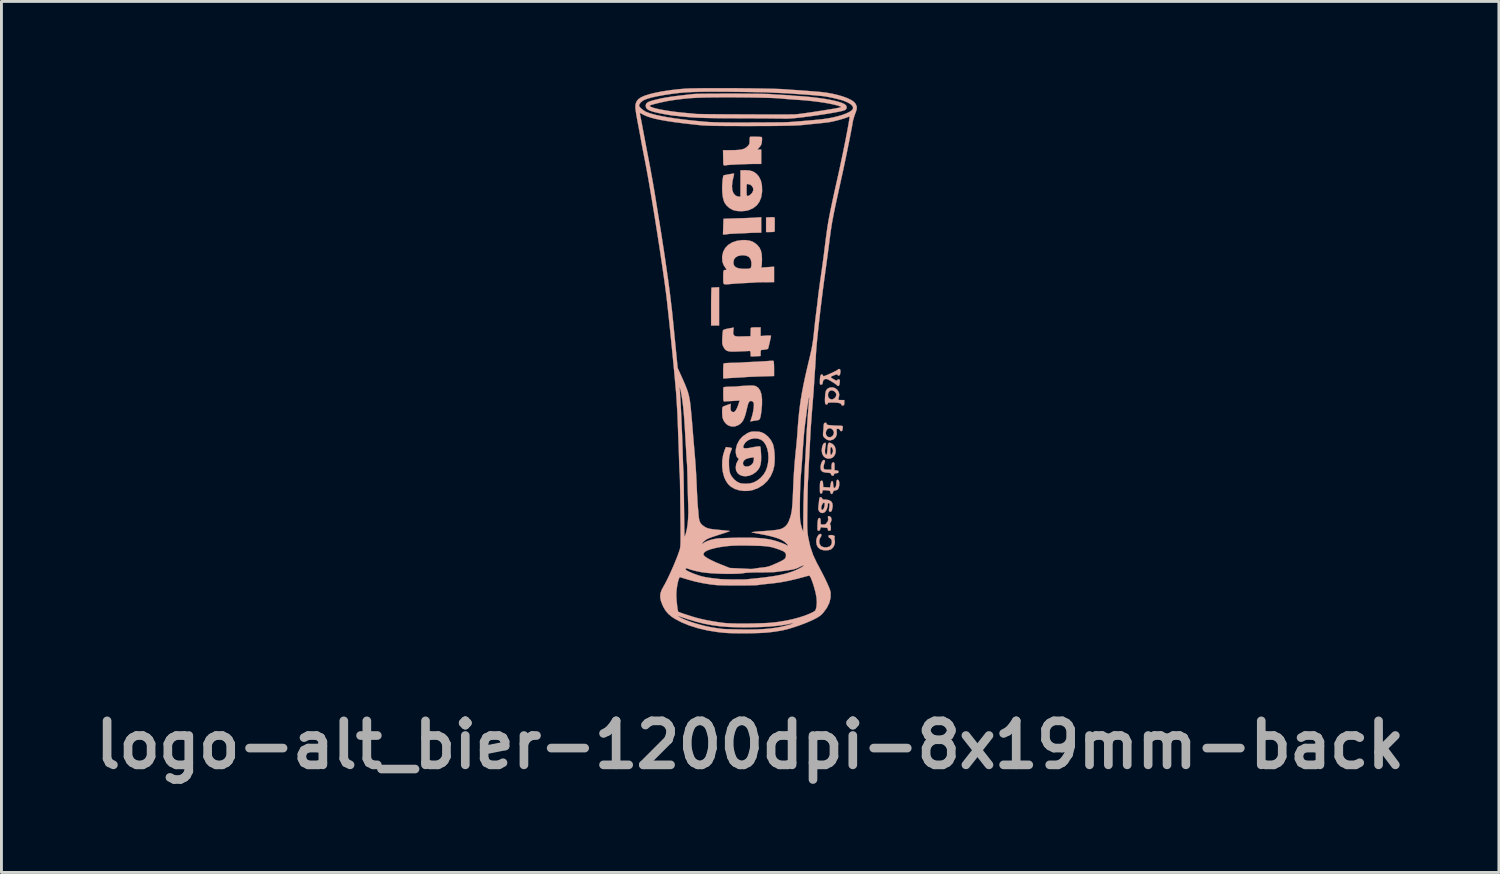
<source format=kicad_pcb>
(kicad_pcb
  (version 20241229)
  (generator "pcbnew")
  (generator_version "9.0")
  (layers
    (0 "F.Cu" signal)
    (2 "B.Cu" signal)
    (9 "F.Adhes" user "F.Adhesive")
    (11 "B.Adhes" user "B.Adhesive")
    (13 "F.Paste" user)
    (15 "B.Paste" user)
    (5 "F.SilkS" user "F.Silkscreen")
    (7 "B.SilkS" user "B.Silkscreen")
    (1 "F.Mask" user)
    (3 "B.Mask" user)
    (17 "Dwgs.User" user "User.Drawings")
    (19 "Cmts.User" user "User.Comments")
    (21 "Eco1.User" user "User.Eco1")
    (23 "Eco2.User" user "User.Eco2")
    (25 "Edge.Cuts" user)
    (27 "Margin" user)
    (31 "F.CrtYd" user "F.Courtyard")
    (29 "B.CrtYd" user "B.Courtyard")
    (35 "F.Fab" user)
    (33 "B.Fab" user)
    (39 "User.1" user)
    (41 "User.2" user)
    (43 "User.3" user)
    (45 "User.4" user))
  (footprint "logo-alt_bier-1200dpi-8x19mm-back"
    (layer "F.Cu")
    (at 22.94 9.384)
    (property "Reference" "logo-alt_bier-1200dpi-8x19mm-back" (at 0 13.375 0) (layer "F.Fab") (effects (font (size 1.524 1.524) (thickness 0.3))))
    (attr through_hole)
    (fp_poly (pts (xy -1.199 -2.478) (xy -1.268 -2.474) (xy -1.319 -2.472) (xy -1.337 -2.47) (xy -1.341 -2.45) (xy -1.344 -2.392) (xy -1.347 -2.302) (xy -1.35 -2.185) (xy -1.352 -2.046) (xy -1.353 -1.89) (xy -1.353 -1.813) (xy -1.353 -1.157) (xy -1.077 -1.157) (xy -1.077 -2.483) (xy -1.199 -2.478)) (stroke (width 0.01) (type solid)) (fill yes) (layer "B.SilkS"))
    (fp_poly (pts (xy 0.701 -4.907) (xy 0.552 -4.9) (xy 0.552 -4.395) (xy 0.701 -4.395) (xy 0.787 -4.398) (xy 0.835 -4.407) (xy 0.849 -4.421) (xy 0.85 -4.464) (xy 0.85 -4.534) (xy 0.851 -4.619) (xy 0.851 -4.708) (xy 0.851 -4.789) (xy 0.851 -4.851) (xy 0.85 -4.882) (xy 0.842 -4.899) (xy 0.813 -4.907) (xy 0.755 -4.909) (xy 0.701 -4.907)) (stroke (width 0.01) (type solid)) (fill yes) (layer "B.SilkS"))
    (fp_poly (pts (xy 0.187 -4.895) (xy 0.105 -4.89) (xy -0.01 -4.885) (xy -0.147 -4.879) (xy -0.295 -4.874) (xy -0.445 -4.869) (xy -0.464 -4.869) (xy -0.598 -4.865) (xy -0.716 -4.861) (xy -0.813 -4.858) (xy -0.883 -4.855) (xy -0.918 -4.853) (xy -0.922 -4.853) (xy -0.923 -4.832) (xy -0.926 -4.777) (xy -0.929 -4.695) (xy -0.933 -4.596) (xy -0.933 -4.58) (xy -0.942 -4.31) (xy -0.876 -4.31) (xy -0.826 -4.313) (xy -0.8 -4.32) (xy -0.8 -4.32) (xy -0.776 -4.324) (xy -0.718 -4.33) (xy -0.633 -4.335) (xy -0.528 -4.341) (xy -0.473 -4.343) (xy -0.352 -4.348) (xy -0.236 -4.353) (xy -0.137 -4.358) (xy -0.066 -4.362) (xy -0.051 -4.363) (xy 0.025 -4.367) (xy 0.122 -4.371) (xy 0.219 -4.372) (xy 0.383 -4.374) (xy 0.383 -4.909) (xy 0.187 -4.895)) (stroke (width 0.01) (type solid)) (fill yes) (layer "B.SilkS"))
    (fp_poly (pts (xy 2.421 6.065) (xy 2.373 6.094) (xy 2.331 6.153) (xy 2.3 6.231) (xy 2.288 6.315) (xy 2.288 6.32) (xy 2.304 6.44) (xy 2.35 6.531) (xy 2.428 6.594) (xy 2.535 6.627) (xy 2.616 6.633) (xy 2.724 6.624) (xy 2.804 6.596) (xy 2.809 6.592) (xy 2.873 6.532) (xy 2.917 6.449) (xy 2.937 6.357) (xy 2.929 6.285) (xy 2.919 6.229) (xy 2.923 6.189) (xy 2.924 6.186) (xy 2.93 6.148) (xy 2.899 6.12) (xy 2.837 6.105) (xy 2.804 6.104) (xy 2.746 6.107) (xy 2.718 6.119) (xy 2.711 6.145) (xy 2.711 6.147) (xy 2.73 6.189) (xy 2.762 6.209) (xy 2.807 6.246) (xy 2.829 6.305) (xy 2.829 6.375) (xy 2.807 6.441) (xy 2.764 6.492) (xy 2.747 6.502) (xy 2.656 6.53) (xy 2.562 6.529) (xy 2.48 6.501) (xy 2.446 6.475) (xy 2.405 6.407) (xy 2.392 6.322) (xy 2.407 6.237) (xy 2.438 6.18) (xy 2.466 6.129) (xy 2.467 6.087) (xy 2.443 6.065) (xy 2.421 6.065)) (stroke (width 0.01) (type solid)) (fill yes) (layer "B.SilkS"))
    (fp_poly (pts (xy 2.515 3.524) (xy 2.481 3.574) (xy 2.455 3.643) (xy 2.44 3.725) (xy 2.438 3.757) (xy 2.447 3.837) (xy 2.482 3.891) (xy 2.548 3.925) (xy 2.65 3.94) (xy 2.654 3.941) (xy 2.73 3.947) (xy 2.773 3.956) (xy 2.794 3.973) (xy 2.8 3.995) (xy 2.819 4.031) (xy 2.852 4.048) (xy 2.885 4.044) (xy 2.902 4.016) (xy 2.902 4.011) (xy 2.911 3.981) (xy 2.945 3.966) (xy 2.981 3.962) (xy 3.035 3.952) (xy 3.058 3.932) (xy 3.061 3.913) (xy 3.05 3.881) (xy 3.01 3.866) (xy 2.992 3.864) (xy 2.923 3.857) (xy 2.923 3.721) (xy 2.922 3.647) (xy 2.915 3.606) (xy 2.902 3.588) (xy 2.883 3.585) (xy 2.848 3.596) (xy 2.827 3.634) (xy 2.818 3.704) (xy 2.817 3.745) (xy 2.817 3.839) (xy 2.713 3.839) (xy 2.645 3.836) (xy 2.591 3.83) (xy 2.575 3.826) (xy 2.549 3.795) (xy 2.543 3.737) (xy 2.557 3.661) (xy 2.574 3.612) (xy 2.593 3.55) (xy 2.586 3.515) (xy 2.584 3.513) (xy 2.55 3.501) (xy 2.515 3.524)) (stroke (width 0.01) (type solid)) (fill yes) (layer "B.SilkS"))
    (fp_poly (pts (xy 2.711 2.922) (xy 2.695 2.969) (xy 2.684 3.051) (xy 2.679 3.119) (xy 2.671 3.208) (xy 2.661 3.278) (xy 2.652 3.322) (xy 2.646 3.331) (xy 2.623 3.314) (xy 2.604 3.285) (xy 2.591 3.232) (xy 2.592 3.148) (xy 2.609 3.028) (xy 2.618 2.974) (xy 2.625 2.927) (xy 2.614 2.91) (xy 2.582 2.911) (xy 2.541 2.937) (xy 2.508 2.999) (xy 2.487 3.089) (xy 2.48 3.178) (xy 2.495 3.284) (xy 2.539 3.368) (xy 2.606 3.427) (xy 2.69 3.456) (xy 2.782 3.449) (xy 2.843 3.425) (xy 2.91 3.367) (xy 2.95 3.286) (xy 2.966 3.193) (xy 2.962 3.164) (xy 2.869 3.164) (xy 2.867 3.21) (xy 2.85 3.257) (xy 2.821 3.313) (xy 2.799 3.328) (xy 2.783 3.302) (xy 2.776 3.235) (xy 2.775 3.194) (xy 2.779 3.107) (xy 2.791 3.057) (xy 2.81 3.047) (xy 2.835 3.077) (xy 2.85 3.107) (xy 2.869 3.164) (xy 2.962 3.164) (xy 2.955 3.1) (xy 2.92 3.015) (xy 2.859 2.952) (xy 2.839 2.94) (xy 2.779 2.912) (xy 2.738 2.904) (xy 2.711 2.922)) (stroke (width 0.01) (type solid)) (fill yes) (layer "B.SilkS"))
    (fp_poly (pts (xy 2.7 5.453) (xy 2.693 5.478) (xy 2.7 5.523) (xy 2.704 5.581) (xy 2.686 5.631) (xy 2.658 5.673) (xy 2.616 5.72) (xy 2.577 5.739) (xy 2.524 5.74) (xy 2.447 5.733) (xy 2.44 5.622) (xy 2.434 5.556) (xy 2.422 5.522) (xy 2.4 5.511) (xy 2.395 5.511) (xy 2.368 5.526) (xy 2.348 5.572) (xy 2.336 5.654) (xy 2.331 5.773) (xy 2.331 5.813) (xy 2.332 5.889) (xy 2.337 5.932) (xy 2.349 5.951) (xy 2.372 5.955) (xy 2.373 5.955) (xy 2.409 5.941) (xy 2.428 5.894) (xy 2.429 5.89) (xy 2.443 5.845) (xy 2.467 5.832) (xy 2.505 5.837) (xy 2.575 5.847) (xy 2.629 5.85) (xy 2.673 5.856) (xy 2.689 5.882) (xy 2.69 5.903) (xy 2.701 5.945) (xy 2.729 5.955) (xy 2.769 5.949) (xy 2.782 5.941) (xy 2.793 5.91) (xy 2.796 5.857) (xy 2.792 5.8) (xy 2.782 5.755) (xy 2.771 5.739) (xy 2.76 5.721) (xy 2.78 5.681) (xy 2.781 5.68) (xy 2.812 5.612) (xy 2.817 5.544) (xy 2.798 5.488) (xy 2.757 5.453) (xy 2.726 5.447) (xy 2.7 5.453)) (stroke (width 0.01) (type solid)) (fill yes) (layer "B.SilkS"))
    (fp_poly (pts (xy 0.713 0.067) (xy 0.633 0.072) (xy 0.611 0.074) (xy 0.528 0.08) (xy 0.416 0.087) (xy 0.286 0.094) (xy 0.152 0.101) (xy 0.1 0.103) (xy -0.021 0.109) (xy -0.132 0.114) (xy -0.223 0.12) (xy -0.285 0.124) (xy -0.305 0.126) (xy -0.35 0.129) (xy -0.427 0.132) (xy -0.525 0.135) (xy -0.634 0.137) (xy -0.639 0.137) (xy -0.742 0.14) (xy -0.829 0.145) (xy -0.891 0.152) (xy -0.921 0.159) (xy -0.922 0.16) (xy -0.926 0.188) (xy -0.93 0.249) (xy -0.933 0.334) (xy -0.934 0.427) (xy -0.934 0.674) (xy -0.879 0.677) (xy -0.836 0.676) (xy -0.818 0.673) (xy -0.796 0.669) (xy -0.739 0.665) (xy -0.656 0.66) (xy -0.553 0.654) (xy -0.516 0.653) (xy -0.404 0.647) (xy -0.304 0.641) (xy -0.224 0.636) (xy -0.175 0.632) (xy -0.168 0.631) (xy -0.132 0.628) (xy -0.061 0.624) (xy 0.039 0.62) (xy 0.16 0.615) (xy 0.296 0.61) (xy 0.356 0.608) (xy 0.828 0.594) (xy 0.828 0.334) (xy 0.826 0.21) (xy 0.82 0.124) (xy 0.811 0.076) (xy 0.804 0.067) (xy 0.774 0.065) (xy 0.713 0.067)) (stroke (width 0.01) (type solid)) (fill yes) (layer "B.SilkS"))
    (fp_poly (pts (xy 0.026 -7.699) (xy 0.018 -7.698) (xy -0.003 -7.691) (xy -0.014 -7.665) (xy -0.019 -7.611) (xy -0.019 -7.568) (xy -0.021 -7.493) (xy -0.032 -7.444) (xy -0.057 -7.403) (xy -0.099 -7.359) (xy -0.153 -7.313) (xy -0.217 -7.279) (xy -0.296 -7.255) (xy -0.398 -7.241) (xy -0.53 -7.233) (xy -0.671 -7.231) (xy -0.94 -7.231) (xy -0.936 -7.014) (xy -0.934 -6.918) (xy -0.933 -6.833) (xy -0.931 -6.771) (xy -0.931 -6.75) (xy -0.918 -6.712) (xy -0.88 -6.702) (xy -0.838 -6.705) (xy -0.822 -6.711) (xy -0.798 -6.715) (xy -0.739 -6.72) (xy -0.652 -6.726) (xy -0.543 -6.732) (xy -0.42 -6.738) (xy -0.289 -6.743) (xy -0.158 -6.748) (xy -0.034 -6.752) (xy 0.077 -6.754) (xy 0.166 -6.755) (xy 0.383 -6.755) (xy 0.383 -7.004) (xy 0.383 -7.253) (xy 0.248 -7.253) (xy 0.302 -7.311) (xy 0.347 -7.364) (xy 0.381 -7.416) (xy 0.383 -7.419) (xy 0.396 -7.462) (xy 0.405 -7.525) (xy 0.411 -7.593) (xy 0.41 -7.651) (xy 0.403 -7.684) (xy 0.402 -7.685) (xy 0.379 -7.689) (xy 0.325 -7.693) (xy 0.251 -7.696) (xy 0.169 -7.698) (xy 0.09 -7.699) (xy 0.026 -7.699)) (stroke (width 0.01) (type solid)) (fill yes) (layer "B.SilkS"))
    (fp_poly (pts (xy 2.417 4.797) (xy 2.402 4.821) (xy 2.392 4.871) (xy 2.386 4.924) (xy 2.377 5.011) (xy 2.367 5.096) (xy 2.361 5.141) (xy 2.364 5.223) (xy 2.394 5.287) (xy 2.443 5.328) (xy 2.504 5.341) (xy 2.567 5.321) (xy 2.602 5.292) (xy 2.651 5.216) (xy 2.682 5.119) (xy 2.69 5.041) (xy 2.694 5.016) (xy 2.583 5.016) (xy 2.579 5.075) (xy 2.579 5.077) (xy 2.564 5.149) (xy 2.539 5.202) (xy 2.511 5.231) (xy 2.484 5.23) (xy 2.465 5.196) (xy 2.461 5.178) (xy 2.465 5.124) (xy 2.485 5.064) (xy 2.513 5.013) (xy 2.545 4.984) (xy 2.554 4.982) (xy 2.576 4.989) (xy 2.583 5.016) (xy 2.694 5.016) (xy 2.696 5) (xy 2.717 4.994) (xy 2.724 4.996) (xy 2.745 5.013) (xy 2.751 5.05) (xy 2.746 5.107) (xy 2.737 5.176) (xy 2.729 5.232) (xy 2.727 5.246) (xy 2.737 5.283) (xy 2.768 5.295) (xy 2.801 5.292) (xy 2.823 5.263) (xy 2.837 5.221) (xy 2.859 5.099) (xy 2.848 5.004) (xy 2.805 4.936) (xy 2.729 4.893) (xy 2.618 4.876) (xy 2.594 4.876) (xy 2.534 4.872) (xy 2.504 4.856) (xy 2.494 4.834) (xy 2.466 4.798) (xy 2.441 4.791) (xy 2.417 4.797)) (stroke (width 0.01) (type solid)) (fill yes) (layer "B.SilkS"))
    (fp_poly (pts (xy 3.006 4.195) (xy 2.99 4.242) (xy 2.986 4.297) (xy 2.978 4.386) (xy 2.955 4.446) (xy 2.92 4.473) (xy 2.913 4.474) (xy 2.894 4.46) (xy 2.882 4.413) (xy 2.876 4.352) (xy 2.87 4.279) (xy 2.857 4.241) (xy 2.838 4.23) (xy 2.814 4.248) (xy 2.795 4.305) (xy 2.788 4.343) (xy 2.769 4.455) (xy 2.65 4.448) (xy 2.531 4.442) (xy 2.525 4.331) (xy 2.519 4.265) (xy 2.507 4.231) (xy 2.485 4.22) (xy 2.48 4.22) (xy 2.452 4.226) (xy 2.433 4.248) (xy 2.422 4.293) (xy 2.416 4.367) (xy 2.415 4.476) (xy 2.416 4.566) (xy 2.419 4.621) (xy 2.427 4.651) (xy 2.441 4.663) (xy 2.457 4.664) (xy 2.491 4.652) (xy 2.5 4.613) (xy 2.504 4.574) (xy 2.521 4.552) (xy 2.561 4.546) (xy 2.632 4.55) (xy 2.653 4.552) (xy 2.722 4.561) (xy 2.758 4.573) (xy 2.774 4.594) (xy 2.779 4.619) (xy 2.797 4.668) (xy 2.826 4.682) (xy 2.856 4.659) (xy 2.87 4.623) (xy 2.887 4.577) (xy 2.92 4.56) (xy 2.943 4.559) (xy 3.001 4.543) (xy 3.04 4.516) (xy 3.068 4.462) (xy 3.085 4.387) (xy 3.089 4.307) (xy 3.079 4.239) (xy 3.065 4.211) (xy 3.032 4.184) (xy 3.006 4.195)) (stroke (width 0.01) (type solid)) (fill yes) (layer "B.SilkS"))
    (fp_poly (pts (xy 2.766 0.991) (xy 2.688 1.027) (xy 2.634 1.084) (xy 2.618 1.129) (xy 2.605 1.202) (xy 2.596 1.29) (xy 2.591 1.382) (xy 2.591 1.467) (xy 2.597 1.533) (xy 2.609 1.567) (xy 2.643 1.583) (xy 2.677 1.57) (xy 2.69 1.54) (xy 2.702 1.523) (xy 2.741 1.514) (xy 2.815 1.511) (xy 2.825 1.51) (xy 2.966 1.514) (xy 3.068 1.525) (xy 3.13 1.544) (xy 3.155 1.571) (xy 3.156 1.577) (xy 3.172 1.607) (xy 3.209 1.618) (xy 3.246 1.603) (xy 3.248 1.602) (xy 3.257 1.574) (xy 3.261 1.521) (xy 3.262 1.507) (xy 3.262 1.426) (xy 3.153 1.426) (xy 3.09 1.424) (xy 3.06 1.417) (xy 3.054 1.4) (xy 3.059 1.378) (xy 3.08 1.292) (xy 3.084 1.246) (xy 2.986 1.246) (xy 2.968 1.307) (xy 2.923 1.362) (xy 2.864 1.398) (xy 2.829 1.405) (xy 2.773 1.39) (xy 2.732 1.362) (xy 2.7 1.302) (xy 2.695 1.229) (xy 2.716 1.157) (xy 2.761 1.104) (xy 2.762 1.103) (xy 2.819 1.088) (xy 2.881 1.104) (xy 2.938 1.143) (xy 2.976 1.198) (xy 2.986 1.246) (xy 3.084 1.246) (xy 3.085 1.229) (xy 3.075 1.174) (xy 3.064 1.144) (xy 3.011 1.064) (xy 2.938 1.011) (xy 2.853 0.986) (xy 2.766 0.991)) (stroke (width 0.01) (type solid)) (fill yes) (layer "B.SilkS"))
    (fp_poly (pts (xy 2.571 2.223) (xy 2.555 2.249) (xy 2.547 2.304) (xy 2.546 2.325) (xy 2.54 2.411) (xy 2.532 2.508) (xy 2.528 2.553) (xy 2.523 2.624) (xy 2.529 2.669) (xy 2.55 2.706) (xy 2.591 2.749) (xy 2.674 2.807) (xy 2.765 2.824) (xy 2.86 2.799) (xy 2.894 2.78) (xy 2.965 2.711) (xy 3 2.621) (xy 3 2.553) (xy 2.902 2.553) (xy 2.886 2.625) (xy 2.844 2.679) (xy 2.786 2.71) (xy 2.724 2.712) (xy 2.666 2.682) (xy 2.658 2.674) (xy 2.625 2.612) (xy 2.621 2.543) (xy 2.642 2.476) (xy 2.684 2.425) (xy 2.741 2.4) (xy 2.753 2.4) (xy 2.814 2.418) (xy 2.867 2.465) (xy 2.898 2.526) (xy 2.902 2.553) (xy 3 2.553) (xy 3 2.515) (xy 2.994 2.457) (xy 2.999 2.43) (xy 3.021 2.421) (xy 3.042 2.421) (xy 3.091 2.435) (xy 3.107 2.463) (xy 3.132 2.497) (xy 3.156 2.505) (xy 3.184 2.492) (xy 3.2 2.447) (xy 3.203 2.426) (xy 3.208 2.37) (xy 3.206 2.334) (xy 3.205 2.331) (xy 3.18 2.322) (xy 3.127 2.316) (xy 3.084 2.315) (xy 3.004 2.313) (xy 2.904 2.308) (xy 2.81 2.301) (xy 2.727 2.293) (xy 2.678 2.283) (xy 2.655 2.27) (xy 2.648 2.25) (xy 2.648 2.247) (xy 2.637 2.216) (xy 2.6 2.213) (xy 2.571 2.223)) (stroke (width 0.01) (type solid)) (fill yes) (layer "B.SilkS"))
    (fp_poly (pts (xy 3.056 0.354) (xy 3.035 0.375) (xy 3.011 0.393) (xy 2.957 0.422) (xy 2.883 0.459) (xy 2.798 0.499) (xy 2.712 0.537) (xy 2.635 0.57) (xy 2.575 0.592) (xy 2.543 0.6) (xy 2.523 0.583) (xy 2.521 0.569) (xy 2.503 0.542) (xy 2.481 0.537) (xy 2.45 0.552) (xy 2.429 0.601) (xy 2.418 0.686) (xy 2.415 0.784) (xy 2.416 0.85) (xy 2.423 0.884) (xy 2.44 0.894) (xy 2.463 0.893) (xy 2.496 0.879) (xy 2.513 0.842) (xy 2.517 0.809) (xy 2.529 0.751) (xy 2.56 0.718) (xy 2.585 0.706) (xy 2.617 0.696) (xy 2.648 0.696) (xy 2.689 0.71) (xy 2.748 0.74) (xy 2.818 0.781) (xy 2.895 0.828) (xy 2.956 0.87) (xy 2.994 0.901) (xy 3.001 0.91) (xy 3.029 0.935) (xy 3.049 0.939) (xy 3.075 0.928) (xy 3.092 0.888) (xy 3.1 0.842) (xy 3.106 0.779) (xy 3.104 0.735) (xy 3.102 0.725) (xy 3.07 0.707) (xy 3.033 0.716) (xy 3.015 0.738) (xy 3.002 0.753) (xy 2.975 0.749) (xy 2.924 0.723) (xy 2.905 0.713) (xy 2.834 0.671) (xy 2.798 0.643) (xy 2.795 0.623) (xy 2.824 0.602) (xy 2.871 0.581) (xy 2.955 0.548) (xy 3.007 0.538) (xy 3.028 0.551) (xy 3.029 0.558) (xy 3.046 0.576) (xy 3.068 0.579) (xy 3.098 0.567) (xy 3.116 0.525) (xy 3.121 0.496) (xy 3.127 0.434) (xy 3.124 0.386) (xy 3.122 0.38) (xy 3.094 0.35) (xy 3.056 0.354)) (stroke (width 0.01) (type solid)) (fill yes) (layer "B.SilkS"))
    (fp_poly (pts (xy 0.099 -1.091) (xy 0.043 -1.083) (xy 0.022 -1.069) (xy 0.021 -1.067) (xy 0.019 -1.032) (xy 0.017 -0.97) (xy 0.016 -0.913) (xy 0.013 -0.786) (xy -0.249 -0.779) (xy -0.361 -0.777) (xy -0.439 -0.778) (xy -0.491 -0.783) (xy -0.524 -0.792) (xy -0.548 -0.807) (xy -0.553 -0.811) (xy -0.577 -0.84) (xy -0.587 -0.878) (xy -0.586 -0.938) (xy -0.583 -0.967) (xy -0.571 -1.085) (xy -0.749 -1.054) (xy -0.853 -1.032) (xy -0.916 -1.01) (xy -0.941 -0.989) (xy -0.948 -0.955) (xy -0.955 -0.889) (xy -0.961 -0.801) (xy -0.965 -0.733) (xy -0.969 -0.63) (xy -0.968 -0.558) (xy -0.961 -0.506) (xy -0.948 -0.462) (xy -0.926 -0.416) (xy -0.89 -0.355) (xy -0.851 -0.31) (xy -0.802 -0.28) (xy -0.736 -0.261) (xy -0.646 -0.253) (xy -0.527 -0.253) (xy -0.411 -0.257) (xy -0.295 -0.263) (xy -0.191 -0.267) (xy -0.107 -0.271) (xy -0.052 -0.274) (xy -0.04 -0.275) (xy -0.008 -0.273) (xy 0.008 -0.255) (xy 0.014 -0.21) (xy 0.015 -0.183) (xy 0.017 -0.088) (xy 0.099 -0.087) (xy 0.178 -0.089) (xy 0.262 -0.093) (xy 0.272 -0.094) (xy 0.362 -0.101) (xy 0.362 -0.205) (xy 0.365 -0.269) (xy 0.375 -0.301) (xy 0.397 -0.311) (xy 0.399 -0.311) (xy 0.461 -0.315) (xy 0.527 -0.325) (xy 0.584 -0.336) (xy 0.616 -0.348) (xy 0.618 -0.349) (xy 0.626 -0.373) (xy 0.641 -0.428) (xy 0.659 -0.503) (xy 0.679 -0.587) (xy 0.697 -0.67) (xy 0.712 -0.741) (xy 0.721 -0.79) (xy 0.722 -0.803) (xy 0.702 -0.809) (xy 0.65 -0.81) (xy 0.575 -0.808) (xy 0.542 -0.806) (xy 0.362 -0.792) (xy 0.362 -1.093) (xy 0.193 -1.093) (xy 0.099 -1.091)) (stroke (width 0.01) (type solid)) (fill yes) (layer "B.SilkS"))
    (fp_poly (pts (xy -0.268 -6.535) (xy -0.337 -6.533) (xy -0.337 -5.623) (xy -0.397 -5.623) (xy -0.458 -5.636) (xy -0.511 -5.664) (xy -0.58 -5.743) (xy -0.619 -5.848) (xy -0.631 -5.981) (xy -0.614 -6.144) (xy -0.592 -6.247) (xy -0.574 -6.325) (xy -0.562 -6.386) (xy -0.556 -6.418) (xy -0.557 -6.421) (xy -0.578 -6.42) (xy -0.63 -6.413) (xy -0.699 -6.402) (xy -0.775 -6.389) (xy -0.845 -6.375) (xy -0.898 -6.364) (xy -0.922 -6.357) (xy -0.922 -6.357) (xy -0.934 -6.326) (xy -0.946 -6.261) (xy -0.957 -6.174) (xy -0.965 -6.072) (xy -0.97 -5.965) (xy -0.97 -5.953) (xy -0.966 -5.77) (xy -0.947 -5.608) (xy -0.913 -5.474) (xy -0.886 -5.409) (xy -0.82 -5.317) (xy -0.727 -5.233) (xy -0.62 -5.169) (xy -0.561 -5.146) (xy -0.437 -5.122) (xy -0.297 -5.117) (xy -0.158 -5.128) (xy -0.047 -5.154) (xy 0.108 -5.225) (xy 0.23 -5.321) (xy 0.32 -5.444) (xy 0.38 -5.595) (xy 0.411 -5.775) (xy 0.414 -5.824) (xy 0.413 -5.843) (xy 0.108 -5.843) (xy 0.075 -5.763) (xy 0.036 -5.716) (xy -0.016 -5.673) (xy -0.064 -5.647) (xy -0.081 -5.644) (xy -0.101 -5.646) (xy -0.114 -5.659) (xy -0.121 -5.689) (xy -0.124 -5.744) (xy -0.125 -5.833) (xy -0.125 -5.858) (xy -0.124 -5.955) (xy -0.121 -6.017) (xy -0.115 -6.05) (xy -0.104 -6.061) (xy -0.092 -6.059) (xy -0.043 -6.047) (xy -0.027 -6.046) (xy 0.008 -6.032) (xy 0.052 -5.998) (xy 0.056 -5.994) (xy 0.102 -5.922) (xy 0.108 -5.843) (xy 0.413 -5.843) (xy 0.407 -6.017) (xy 0.369 -6.183) (xy 0.299 -6.32) (xy 0.231 -6.399) (xy 0.155 -6.461) (xy 0.07 -6.503) (xy -0.031 -6.528) (xy -0.158 -6.537) (xy -0.268 -6.535)) (stroke (width 0.01) (type solid)) (fill yes) (layer "B.SilkS"))
    (fp_poly (pts (xy -0.282 -4.115) (xy -0.468 -4.088) (xy -0.629 -4.032) (xy -0.761 -3.949) (xy -0.864 -3.842) (xy -0.934 -3.712) (xy -0.968 -3.563) (xy -0.972 -3.495) (xy -0.959 -3.36) (xy -0.917 -3.245) (xy -0.862 -3.162) (xy -0.827 -3.111) (xy -0.824 -3.085) (xy -0.853 -3.078) (xy -0.88 -3.081) (xy -0.903 -3.077) (xy -0.919 -3.054) (xy -0.928 -3.007) (xy -0.933 -2.929) (xy -0.934 -2.815) (xy -0.933 -2.81) (xy -0.933 -2.711) (xy -0.93 -2.644) (xy -0.915 -2.603) (xy -0.884 -2.584) (xy -0.828 -2.581) (xy -0.742 -2.588) (xy -0.665 -2.596) (xy -0.581 -2.603) (xy -0.468 -2.611) (xy -0.339 -2.619) (xy -0.206 -2.626) (xy -0.167 -2.628) (xy -0.052 -2.634) (xy 0.05 -2.64) (xy 0.13 -2.644) (xy 0.181 -2.648) (xy 0.193 -2.65) (xy 0.224 -2.652) (xy 0.29 -2.654) (xy 0.381 -2.656) (xy 0.488 -2.657) (xy 0.526 -2.658) (xy 0.828 -2.659) (xy 0.828 -3.194) (xy 0.379 -3.163) (xy 0.394 -3.21) (xy 0.4 -3.251) (xy 0.405 -3.311) (xy 0.044 -3.311) (xy 0.041 -3.223) (xy 0.03 -3.168) (xy 0.001 -3.138) (xy -0.05 -3.125) (xy -0.111 -3.121) (xy -0.277 -3.121) (xy -0.405 -3.139) (xy -0.495 -3.174) (xy -0.525 -3.198) (xy -0.564 -3.251) (xy -0.579 -3.315) (xy -0.58 -3.346) (xy -0.562 -3.441) (xy -0.509 -3.514) (xy -0.423 -3.564) (xy -0.307 -3.588) (xy -0.252 -3.591) (xy -0.133 -3.576) (xy -0.044 -3.531) (xy 0.015 -3.458) (xy 0.042 -3.356) (xy 0.044 -3.311) (xy 0.405 -3.311) (xy 0.405 -3.323) (xy 0.408 -3.412) (xy 0.409 -3.462) (xy 0.401 -3.619) (xy 0.374 -3.746) (xy 0.325 -3.851) (xy 0.251 -3.942) (xy 0.218 -3.973) (xy 0.107 -4.05) (xy -0.019 -4.097) (xy -0.167 -4.116) (xy -0.282 -4.115)) (stroke (width 0.01) (type solid)) (fill yes) (layer "B.SilkS"))
    (fp_poly (pts (xy -0.064 0.925) (xy -0.145 0.929) (xy -0.246 0.935) (xy -0.332 0.941) (xy -0.394 0.947) (xy -0.422 0.951) (xy -0.423 0.951) (xy -0.448 0.954) (xy -0.506 0.958) (xy -0.589 0.961) (xy -0.682 0.963) (xy -0.79 0.967) (xy -0.862 0.971) (xy -0.905 0.978) (xy -0.926 0.989) (xy -0.931 1.001) (xy -0.931 1.035) (xy -0.932 1.101) (xy -0.932 1.188) (xy -0.932 1.256) (xy -0.931 1.356) (xy -0.928 1.42) (xy -0.921 1.457) (xy -0.91 1.473) (xy -0.894 1.475) (xy -0.894 1.475) (xy -0.859 1.472) (xy -0.791 1.468) (xy -0.702 1.462) (xy -0.61 1.457) (xy -0.364 1.442) (xy -0.414 1.598) (xy -0.446 1.681) (xy -0.481 1.754) (xy -0.514 1.803) (xy -0.516 1.805) (xy -0.556 1.839) (xy -0.59 1.844) (xy -0.621 1.832) (xy -0.654 1.812) (xy -0.672 1.781) (xy -0.679 1.729) (xy -0.678 1.646) (xy -0.677 1.633) (xy -0.673 1.555) (xy -0.807 1.6) (xy -0.877 1.626) (xy -0.931 1.65) (xy -0.955 1.667) (xy -0.965 1.704) (xy -0.97 1.77) (xy -0.971 1.852) (xy -0.967 1.939) (xy -0.959 2.017) (xy -0.95 2.065) (xy -0.906 2.161) (xy -0.836 2.248) (xy -0.76 2.305) (xy -0.645 2.343) (xy -0.53 2.34) (xy -0.427 2.303) (xy -0.351 2.257) (xy -0.29 2.198) (xy -0.238 2.121) (xy -0.193 2.018) (xy -0.152 1.885) (xy -0.115 1.733) (xy -0.095 1.649) (xy -0.075 1.575) (xy -0.059 1.527) (xy -0.021 1.472) (xy 0.029 1.454) (xy 0.083 1.476) (xy 0.091 1.482) (xy 0.113 1.507) (xy 0.125 1.538) (xy 0.128 1.588) (xy 0.124 1.667) (xy 0.123 1.68) (xy 0.11 1.783) (xy 0.087 1.9) (xy 0.058 2.005) (xy 0.005 2.17) (xy 0.051 2.159) (xy 0.099 2.15) (xy 0.168 2.139) (xy 0.21 2.133) (xy 0.264 2.125) (xy 0.303 2.111) (xy 0.33 2.085) (xy 0.349 2.041) (xy 0.365 1.971) (xy 0.38 1.869) (xy 0.388 1.813) (xy 0.41 1.585) (xy 0.41 1.389) (xy 0.389 1.226) (xy 0.346 1.098) (xy 0.283 1.004) (xy 0.199 0.946) (xy 0.157 0.933) (xy 0.105 0.925) (xy 0.034 0.922) (xy -0.064 0.925)) (stroke (width 0.01) (type solid)) (fill yes) (layer "B.SilkS"))
    (fp_poly (pts (xy 0.091 2.518) (xy 0.025 2.526) (xy -0.034 2.545) (xy -0.102 2.578) (xy -0.121 2.589) (xy -0.265 2.689) (xy -0.377 2.817) (xy -0.456 2.967) (xy -0.496 3.13) (xy -0.5 3.226) (xy -0.487 3.317) (xy -0.462 3.392) (xy -0.426 3.438) (xy -0.423 3.44) (xy -0.401 3.458) (xy -0.399 3.479) (xy -0.421 3.517) (xy -0.434 3.537) (xy -0.48 3.636) (xy -0.5 3.749) (xy -0.489 3.856) (xy -0.485 3.869) (xy -0.436 3.958) (xy -0.36 4.02) (xy -0.264 4.056) (xy -0.155 4.066) (xy -0.039 4.048) (xy 0.077 4.004) (xy 0.185 3.931) (xy 0.216 3.903) (xy 0.284 3.828) (xy 0.332 3.746) (xy 0.362 3.649) (xy 0.378 3.532) (xy 0.379 3.477) (xy 0.129 3.477) (xy 0.119 3.546) (xy 0.096 3.609) (xy 0.048 3.666) (xy -0.02 3.708) (xy -0.096 3.729) (xy -0.167 3.727) (xy -0.219 3.7) (xy -0.25 3.643) (xy -0.245 3.578) (xy -0.21 3.517) (xy -0.149 3.47) (xy -0.092 3.449) (xy -0.016 3.43) (xy 0.02 3.425) (xy 0.129 3.41) (xy 0.129 3.477) (xy 0.379 3.477) (xy 0.38 3.384) (xy 0.377 3.303) (xy 0.371 3.203) (xy 0.364 3.119) (xy 0.355 3.059) (xy 0.347 3.033) (xy 0.32 3.029) (xy 0.26 3.034) (xy 0.177 3.046) (xy 0.118 3.057) (xy -0.019 3.083) (xy -0.12 3.097) (xy -0.188 3.098) (xy -0.227 3.085) (xy -0.241 3.057) (xy -0.234 3.014) (xy -0.228 2.994) (xy -0.171 2.9) (xy -0.084 2.826) (xy 0.022 2.777) (xy 0.14 2.754) (xy 0.259 2.76) (xy 0.372 2.798) (xy 0.383 2.803) (xy 0.471 2.876) (xy 0.541 2.98) (xy 0.592 3.11) (xy 0.624 3.258) (xy 0.634 3.418) (xy 0.623 3.583) (xy 0.589 3.746) (xy 0.539 3.883) (xy 0.466 4.005) (xy 0.364 4.12) (xy 0.244 4.215) (xy 0.12 4.281) (xy 0.118 4.282) (xy -0.004 4.313) (xy -0.142 4.325) (xy -0.278 4.318) (xy -0.361 4.301) (xy -0.462 4.252) (xy -0.559 4.172) (xy -0.641 4.07) (xy -0.669 4.022) (xy -0.696 3.964) (xy -0.713 3.905) (xy -0.725 3.834) (xy -0.732 3.739) (xy -0.734 3.686) (xy -0.736 3.526) (xy -0.725 3.394) (xy -0.698 3.278) (xy -0.661 3.177) (xy -0.641 3.126) (xy -0.634 3.094) (xy -0.635 3.09) (xy -0.659 3.083) (xy -0.711 3.073) (xy -0.741 3.068) (xy -0.839 3.054) (xy -0.882 3.155) (xy -0.937 3.33) (xy -0.967 3.522) (xy -0.97 3.721) (xy -0.948 3.914) (xy -0.901 4.092) (xy -0.856 4.194) (xy -0.803 4.285) (xy -0.748 4.354) (xy -0.677 4.418) (xy -0.65 4.439) (xy -0.529 4.507) (xy -0.383 4.553) (xy -0.223 4.575) (xy -0.058 4.572) (xy 0.081 4.547) (xy 0.278 4.473) (xy 0.451 4.366) (xy 0.595 4.229) (xy 0.71 4.065) (xy 0.792 3.876) (xy 0.833 3.709) (xy 0.847 3.577) (xy 0.851 3.429) (xy 0.845 3.276) (xy 0.829 3.132) (xy 0.806 3.009) (xy 0.787 2.947) (xy 0.716 2.812) (xy 0.617 2.691) (xy 0.498 2.596) (xy 0.46 2.574) (xy 0.392 2.544) (xy 0.327 2.526) (xy 0.248 2.519) (xy 0.182 2.517) (xy 0.091 2.518)) (stroke (width 0.01) (type solid)) (fill yes) (layer "B.SilkS"))
    (fp_poly (pts (xy -1 -9.19) (xy -1.199 -9.189) (xy -1.384 -9.188) (xy -1.552 -9.187) (xy -1.698 -9.185) (xy -1.817 -9.183) (xy -1.904 -9.18) (xy -1.956 -9.177) (xy -2.25 -9.144) (xy -2.504 -9.114) (xy -2.719 -9.086) (xy -2.897 -9.059) (xy -3.04 -9.033) (xy -3.109 -9.019) (xy -3.27 -8.981) (xy -3.393 -8.949) (xy -3.484 -8.919) (xy -3.547 -8.89) (xy -3.587 -8.858) (xy -3.609 -8.823) (xy -3.617 -8.781) (xy -3.618 -8.766) (xy -3.609 -8.713) (xy -3.582 -8.668) (xy -3.532 -8.629) (xy -3.454 -8.593) (xy -3.345 -8.559) (xy -3.201 -8.525) (xy -3.095 -8.503) (xy -2.973 -8.48) (xy -2.854 -8.459) (xy -2.75 -8.442) (xy -2.672 -8.431) (xy -2.654 -8.429) (xy -2.574 -8.421) (xy -2.469 -8.41) (xy -2.36 -8.399) (xy -2.326 -8.395) (xy -2.214 -8.384) (xy -2.097 -8.374) (xy -1.973 -8.365) (xy -1.838 -8.358) (xy -1.688 -8.352) (xy -1.519 -8.347) (xy -1.327 -8.343) (xy -1.109 -8.34) (xy -0.86 -8.337) (xy -0.577 -8.336) (xy -0.257 -8.335) (xy -0.201 -8.334) (xy 0.034 -8.334) (xy 0.257 -8.333) (xy 0.464 -8.332) (xy 0.652 -8.331) (xy 0.817 -8.329) (xy 0.955 -8.328) (xy 1.063 -8.327) (xy 1.137 -8.325) (xy 1.173 -8.324) (xy 1.175 -8.324) (xy 1.213 -8.322) (xy 1.283 -8.324) (xy 1.374 -8.328) (xy 1.452 -8.334) (xy 1.587 -8.346) (xy 1.746 -8.363) (xy 1.923 -8.385) (xy 2.112 -8.41) (xy 2.306 -8.437) (xy 2.498 -8.466) (xy 2.682 -8.494) (xy 2.851 -8.523) (xy 2.999 -8.55) (xy 3.119 -8.574) (xy 3.204 -8.594) (xy 3.214 -8.597) (xy 3.283 -8.621) (xy 3.32 -8.648) (xy 3.338 -8.683) (xy 3.339 -8.685) (xy 3.341 -8.725) (xy 3.149 -8.725) (xy 3.122 -8.713) (xy 3.084 -8.703) (xy 3.01 -8.688) (xy 2.906 -8.669) (xy 2.778 -8.648) (xy 2.632 -8.624) (xy 2.475 -8.599) (xy 2.312 -8.574) (xy 2.149 -8.549) (xy 1.993 -8.526) (xy 1.849 -8.506) (xy 1.723 -8.489) (xy 1.622 -8.477) (xy 1.579 -8.473) (xy 1.541 -8.471) (xy 1.465 -8.47) (xy 1.355 -8.469) (xy 1.216 -8.468) (xy 1.05 -8.468) (xy 0.863 -8.468) (xy 0.658 -8.468) (xy 0.439 -8.468) (xy 0.21 -8.469) (xy -0.025 -8.47) (xy -0.262 -8.471) (xy -0.498 -8.472) (xy -0.728 -8.473) (xy -0.948 -8.474) (xy -1.155 -8.476) (xy -1.344 -8.477) (xy -1.511 -8.479) (xy -1.653 -8.481) (xy -1.766 -8.483) (xy -1.846 -8.485) (xy -1.888 -8.486) (xy -1.892 -8.487) (xy -1.944 -8.494) (xy -2.023 -8.502) (xy -2.112 -8.51) (xy -2.125 -8.511) (xy -2.327 -8.529) (xy -2.524 -8.55) (xy -2.714 -8.574) (xy -2.891 -8.601) (xy -3.053 -8.629) (xy -3.194 -8.658) (xy -3.312 -8.687) (xy -3.402 -8.715) (xy -3.46 -8.741) (xy -3.482 -8.765) (xy -3.477 -8.777) (xy -3.447 -8.792) (xy -3.383 -8.812) (xy -3.294 -8.837) (xy -3.186 -8.863) (xy -3.07 -8.89) (xy -2.951 -8.916) (xy -2.838 -8.938) (xy -2.74 -8.954) (xy -2.739 -8.954) (xy -2.569 -8.979) (xy -2.413 -8.999) (xy -2.264 -9.016) (xy -2.118 -9.03) (xy -1.967 -9.04) (xy -1.807 -9.048) (xy -1.63 -9.054) (xy -1.431 -9.058) (xy -1.205 -9.06) (xy -0.945 -9.062) (xy -0.824 -9.062) (xy -0.521 -9.061) (xy -0.232 -9.059) (xy 0.04 -9.056) (xy 0.291 -9.052) (xy 0.518 -9.047) (xy 0.717 -9.041) (xy 0.884 -9.034) (xy 1.015 -9.026) (xy 1.092 -9.019) (xy 1.154 -9.013) (xy 1.233 -9.006) (xy 1.334 -8.998) (xy 1.462 -8.989) (xy 1.622 -8.977) (xy 1.78 -8.967) (xy 1.981 -8.95) (xy 2.187 -8.928) (xy 2.39 -8.902) (xy 2.584 -8.873) (xy 2.762 -8.841) (xy 2.916 -8.808) (xy 3.04 -8.776) (xy 3.103 -8.754) (xy 3.144 -8.737) (xy 3.149 -8.725) (xy 3.341 -8.725) (xy 3.341 -8.739) (xy 3.318 -8.786) (xy 3.266 -8.828) (xy 3.181 -8.868) (xy 3.059 -8.908) (xy 2.955 -8.935) (xy 2.799 -8.97) (xy 2.611 -9.004) (xy 2.4 -9.035) (xy 2.177 -9.063) (xy 1.952 -9.086) (xy 1.736 -9.103) (xy 1.685 -9.106) (xy 1.585 -9.112) (xy 1.502 -9.118) (xy 1.444 -9.123) (xy 1.42 -9.127) (xy 1.42 -9.127) (xy 1.396 -9.13) (xy 1.337 -9.134) (xy 1.252 -9.139) (xy 1.147 -9.144) (xy 1.092 -9.147) (xy 0.976 -9.153) (xy 0.872 -9.159) (xy 0.788 -9.165) (xy 0.733 -9.17) (xy 0.722 -9.172) (xy 0.685 -9.176) (xy 0.61 -9.179) (xy 0.502 -9.181) (xy 0.366 -9.184) (xy 0.205 -9.186) (xy 0.026 -9.187) (xy -0.168 -9.189) (xy -0.373 -9.19) (xy -0.583 -9.19) (xy -0.793 -9.19) (xy -1 -9.19)) (stroke (width 0.01) (type solid)) (fill yes) (layer "B.SilkS"))
    (fp_poly (pts (xy -1.415 -9.379) (xy -1.629 -9.377) (xy -1.822 -9.375) (xy -1.989 -9.372) (xy -2.126 -9.369) (xy -2.229 -9.364) (xy -2.242 -9.363) (xy -2.526 -9.339) (xy -2.807 -9.304) (xy -3.076 -9.262) (xy -3.322 -9.212) (xy -3.492 -9.17) (xy -3.656 -9.118) (xy -3.782 -9.062) (xy -3.873 -8.999) (xy -3.933 -8.924) (xy -3.967 -8.835) (xy -3.977 -8.727) (xy -3.977 -8.726) (xy -3.973 -8.669) (xy -3.962 -8.579) (xy -3.945 -8.465) (xy -3.922 -8.335) (xy -3.897 -8.198) (xy -3.894 -8.18) (xy -3.865 -8.034) (xy -3.838 -7.888) (xy -3.812 -7.751) (xy -3.791 -7.635) (xy -3.776 -7.549) (xy -3.776 -7.549) (xy -3.761 -7.467) (xy -3.74 -7.353) (xy -3.714 -7.217) (xy -3.685 -7.068) (xy -3.655 -6.916) (xy -3.646 -6.872) (xy -3.607 -6.666) (xy -3.562 -6.424) (xy -3.513 -6.15) (xy -3.462 -5.849) (xy -3.407 -5.527) (xy -3.352 -5.19) (xy -3.295 -4.841) (xy -3.239 -4.486) (xy -3.183 -4.131) (xy -3.129 -3.78) (xy -3.078 -3.439) (xy -3.03 -3.112) (xy -2.986 -2.806) (xy -2.947 -2.525) (xy -2.914 -2.274) (xy -2.909 -2.236) (xy -2.894 -2.112) (xy -2.876 -1.951) (xy -2.855 -1.76) (xy -2.831 -1.543) (xy -2.806 -1.306) (xy -2.78 -1.055) (xy -2.753 -0.795) (xy -2.727 -0.532) (xy -2.701 -0.271) (xy -2.676 -0.019) (xy -2.653 0.22) (xy -2.632 0.44) (xy -2.623 0.537) (xy -2.61 0.681) (xy -2.598 0.818) (xy -2.587 0.939) (xy -2.578 1.037) (xy -2.572 1.103) (xy -2.57 1.119) (xy -2.565 1.189) (xy -2.558 1.285) (xy -2.551 1.389) (xy -2.549 1.426) (xy -2.542 1.539) (xy -2.535 1.659) (xy -2.529 1.764) (xy -2.528 1.786) (xy -2.523 1.866) (xy -2.518 1.976) (xy -2.513 2.102) (xy -2.508 2.231) (xy -2.507 2.262) (xy -2.501 2.402) (xy -2.496 2.555) (xy -2.49 2.701) (xy -2.485 2.825) (xy -2.485 2.833) (xy -2.481 2.939) (xy -2.476 3.075) (xy -2.471 3.227) (xy -2.466 3.384) (xy -2.462 3.511) (xy -2.458 3.645) (xy -2.453 3.77) (xy -2.448 3.877) (xy -2.444 3.958) (xy -2.44 4.006) (xy -2.44 4.008) (xy -2.437 4.043) (xy -2.435 4.115) (xy -2.432 4.222) (xy -2.43 4.36) (xy -2.427 4.523) (xy -2.424 4.708) (xy -2.422 4.911) (xy -2.419 5.128) (xy -2.417 5.289) (xy -2.415 5.546) (xy -2.413 5.764) (xy -2.412 5.947) (xy -2.411 6.099) (xy -2.412 6.222) (xy -2.413 6.322) (xy -2.415 6.401) (xy -2.418 6.463) (xy -2.422 6.511) (xy -2.428 6.55) (xy -2.434 6.583) (xy -2.443 6.613) (xy -2.449 6.633) (xy -2.49 6.753) (xy -2.545 6.898) (xy -2.611 7.06) (xy -2.683 7.23) (xy -2.759 7.4) (xy -2.834 7.561) (xy -2.904 7.704) (xy -2.966 7.821) (xy -2.998 7.876) (xy -3.069 8.008) (xy -3.109 8.129) (xy -3.118 8.248) (xy -3.096 8.374) (xy -3.043 8.516) (xy -3.003 8.601) (xy -2.929 8.726) (xy -2.839 8.832) (xy -2.726 8.927) (xy -2.618 8.999) (xy -2.379 9.126) (xy -2.105 9.238) (xy -1.802 9.333) (xy -1.474 9.409) (xy -1.126 9.465) (xy -0.887 9.49) (xy -0.742 9.499) (xy -0.564 9.505) (xy -0.365 9.508) (xy -0.155 9.508) (xy 0.057 9.505) (xy 0.26 9.499) (xy 0.444 9.491) (xy 0.598 9.48) (xy 0.626 9.477) (xy 0.757 9.462) (xy 0.899 9.443) (xy 1.033 9.421) (xy 1.122 9.405) (xy 1.293 9.364) (xy 1.487 9.306) (xy 1.692 9.238) (xy 1.895 9.162) (xy 1.903 9.158) (xy 1.497 9.158) (xy 1.484 9.168) (xy 1.437 9.185) (xy 1.366 9.207) (xy 1.278 9.231) (xy 1.182 9.255) (xy 1.087 9.277) (xy 1.029 9.289) (xy 0.85 9.32) (xy 0.667 9.343) (xy 0.473 9.36) (xy 0.26 9.371) (xy 0.022 9.375) (xy -0.249 9.374) (xy -0.316 9.373) (xy -0.474 9.371) (xy -0.622 9.368) (xy -0.752 9.364) (xy -0.86 9.361) (xy -0.937 9.357) (xy -0.98 9.354) (xy -0.982 9.354) (xy -1.034 9.346) (xy -1.112 9.335) (xy -1.201 9.322) (xy -1.215 9.32) (xy -1.385 9.291) (xy -1.568 9.252) (xy -1.756 9.204) (xy -1.939 9.15) (xy -2.112 9.092) (xy -2.264 9.034) (xy -2.388 8.977) (xy -2.454 8.94) (xy -2.489 8.915) (xy -2.495 8.906) (xy -2.485 8.908) (xy -2.166 9.017) (xy -1.872 9.105) (xy -1.592 9.175) (xy -1.317 9.227) (xy -1.036 9.265) (xy -0.74 9.288) (xy -0.42 9.3) (xy -0.178 9.302) (xy 0.115 9.298) (xy 0.394 9.289) (xy 0.655 9.274) (xy 0.891 9.253) (xy 1.098 9.228) (xy 1.269 9.199) (xy 1.296 9.193) (xy 1.381 9.175) (xy 1.448 9.163) (xy 1.49 9.158) (xy 1.497 9.158) (xy 1.903 9.158) (xy 2.082 9.084) (xy 2.193 9.032) (xy 2.3 8.977) (xy 2.379 8.93) (xy 2.441 8.885) (xy 2.496 8.833) (xy 2.54 8.785) (xy 2.659 8.622) (xy 2.742 8.451) (xy 2.743 8.447) (xy 2.309 8.447) (xy 2.294 8.598) (xy 2.285 8.637) (xy 2.271 8.684) (xy 2.254 8.717) (xy 2.223 8.745) (xy 2.172 8.775) (xy 2.09 8.814) (xy 2.089 8.815) (xy 1.909 8.889) (xy 1.695 8.959) (xy 1.457 9.022) (xy 1.205 9.075) (xy 0.947 9.116) (xy 0.741 9.139) (xy 0.61 9.149) (xy 0.451 9.156) (xy 0.272 9.162) (xy 0.08 9.167) (xy -0.116 9.169) (xy -0.31 9.169) (xy -0.492 9.168) (xy -0.654 9.164) (xy -0.79 9.158) (xy -0.883 9.151) (xy -1.082 9.126) (xy -1.304 9.09) (xy -1.529 9.048) (xy -1.738 9.001) (xy -1.776 8.992) (xy -1.851 8.972) (xy -1.945 8.945) (xy -2.051 8.912) (xy -2.161 8.877) (xy -2.267 8.843) (xy -2.361 8.811) (xy -2.435 8.784) (xy -2.481 8.766) (xy -2.492 8.76) (xy -2.502 8.732) (xy -2.513 8.671) (xy -2.525 8.586) (xy -2.537 8.487) (xy -2.547 8.383) (xy -2.554 8.283) (xy -2.558 8.196) (xy -2.558 8.167) (xy -2.554 8.066) (xy -2.543 7.957) (xy -2.527 7.848) (xy -2.507 7.746) (xy -2.484 7.66) (xy -2.462 7.597) (xy -2.44 7.564) (xy -2.431 7.562) (xy -2.399 7.572) (xy -2.337 7.591) (xy -2.253 7.616) (xy -2.169 7.642) (xy -1.924 7.709) (xy -1.66 7.767) (xy -1.395 7.811) (xy -1.162 7.837) (xy -1.08 7.841) (xy -0.969 7.845) (xy -0.835 7.848) (xy -0.685 7.849) (xy -0.526 7.85) (xy -0.364 7.85) (xy -0.206 7.849) (xy -0.058 7.847) (xy 0.072 7.844) (xy 0.179 7.841) (xy 0.255 7.836) (xy 0.288 7.833) (xy 0.348 7.823) (xy 0.425 7.813) (xy 0.457 7.81) (xy 0.523 7.803) (xy 0.617 7.793) (xy 0.724 7.782) (xy 0.796 7.775) (xy 1.046 7.741) (xy 1.328 7.688) (xy 1.636 7.616) (xy 1.966 7.527) (xy 2.035 7.508) (xy 2.059 7.517) (xy 2.088 7.558) (xy 2.122 7.635) (xy 2.164 7.748) (xy 2.201 7.861) (xy 2.263 8.083) (xy 2.299 8.277) (xy 2.309 8.447) (xy 2.743 8.447) (xy 2.785 8.277) (xy 2.789 8.103) (xy 2.787 8.086) (xy 2.769 8.014) (xy 2.729 7.908) (xy 2.669 7.771) (xy 2.59 7.604) (xy 2.491 7.409) (xy 2.375 7.189) (xy 2.355 7.151) (xy 1.865 7.151) (xy 1.846 7.174) (xy 1.797 7.208) (xy 1.725 7.249) (xy 1.638 7.293) (xy 1.545 7.334) (xy 1.484 7.359) (xy 1.342 7.407) (xy 1.192 7.45) (xy 1.026 7.488) (xy 0.84 7.522) (xy 0.627 7.553) (xy 0.383 7.584) (xy 0.161 7.607) (xy 0.062 7.617) (xy -0.025 7.626) (xy -0.088 7.633) (xy -0.114 7.637) (xy -0.164 7.64) (xy -0.248 7.642) (xy -0.356 7.643) (xy -0.48 7.643) (xy -0.612 7.642) (xy -0.742 7.64) (xy -0.862 7.637) (xy -0.963 7.633) (xy -1.036 7.629) (xy -1.056 7.627) (xy -1.155 7.615) (xy -1.262 7.602) (xy -1.321 7.596) (xy -1.41 7.584) (xy -1.516 7.567) (xy -1.605 7.55) (xy -1.699 7.527) (xy -1.804 7.495) (xy -1.913 7.457) (xy -2.017 7.417) (xy -2.11 7.376) (xy -2.183 7.339) (xy -2.229 7.308) (xy -2.242 7.29) (xy -2.226 7.261) (xy -2.187 7.256) (xy -2.161 7.266) (xy -2.111 7.286) (xy -2.03 7.31) (xy -1.93 7.337) (xy -1.821 7.362) (xy -1.714 7.384) (xy -1.66 7.393) (xy -1.531 7.41) (xy -1.378 7.424) (xy -1.208 7.435) (xy -1.029 7.443) (xy -0.848 7.447) (xy -0.674 7.448) (xy -0.513 7.445) (xy -0.374 7.439) (xy -0.264 7.429) (xy -0.207 7.419) (xy -0.156 7.412) (xy -0.071 7.406) (xy 0.04 7.401) (xy 0.169 7.398) (xy 0.308 7.396) (xy 0.333 7.396) (xy 0.471 7.396) (xy 0.6 7.394) (xy 0.712 7.392) (xy 0.799 7.389) (xy 0.853 7.386) (xy 0.859 7.385) (xy 1.04 7.362) (xy 1.184 7.343) (xy 1.296 7.327) (xy 1.383 7.313) (xy 1.449 7.302) (xy 1.501 7.291) (xy 1.542 7.28) (xy 1.558 7.275) (xy 1.622 7.253) (xy 1.67 7.233) (xy 1.685 7.225) (xy 1.716 7.207) (xy 1.764 7.185) (xy 1.814 7.165) (xy 1.852 7.152) (xy 1.865 7.151) (xy 2.355 7.151) (xy 2.309 7.067) (xy 2.185 6.804) (xy 1.242 6.804) (xy 1.236 6.85) (xy 1.225 6.887) (xy 1.204 6.919) (xy 1.167 6.951) (xy 1.108 6.987) (xy 1.022 7.03) (xy 0.903 7.085) (xy 0.888 7.091) (xy 0.772 7.142) (xy 0.683 7.177) (xy 0.606 7.2) (xy 0.53 7.215) (xy 0.442 7.226) (xy 0.425 7.228) (xy 0.328 7.239) (xy 0.238 7.251) (xy 0.17 7.262) (xy 0.15 7.266) (xy 0.083 7.276) (xy 0.001 7.278) (xy -0.03 7.277) (xy -0.092 7.273) (xy -0.184 7.268) (xy -0.294 7.263) (xy -0.411 7.257) (xy -0.421 7.257) (xy -0.707 7.244) (xy -1.032 7.114) (xy -1.203 7.043) (xy -1.348 6.975) (xy -1.466 6.913) (xy -1.552 6.857) (xy -1.603 6.81) (xy -1.614 6.793) (xy -1.614 6.739) (xy -1.572 6.688) (xy -1.489 6.639) (xy -1.366 6.594) (xy -1.202 6.552) (xy -1.187 6.549) (xy -1.039 6.52) (xy -0.895 6.498) (xy -0.746 6.482) (xy -0.584 6.471) (xy -0.403 6.466) (xy -0.193 6.466) (xy 0.004 6.469) (xy 0.195 6.473) (xy 0.352 6.478) (xy 0.48 6.486) (xy 0.588 6.496) (xy 0.683 6.511) (xy 0.773 6.531) (xy 0.864 6.557) (xy 0.964 6.591) (xy 1.027 6.614) (xy 1.131 6.656) (xy 1.197 6.698) (xy 1.233 6.745) (xy 1.242 6.804) (xy 2.185 6.804) (xy 2.179 6.79) (xy 2.079 6.493) (xy 2.01 6.178) (xy 2 6.114) (xy 1.992 6.052) (xy 1.986 5.987) (xy 1.981 5.914) (xy 1.978 5.826) (xy 1.977 5.72) (xy 1.977 5.589) (xy 1.978 5.429) (xy 1.981 5.235) (xy 1.982 5.119) (xy 1.985 4.934) (xy 1.988 4.76) (xy 1.991 4.602) (xy 1.994 4.466) (xy 1.997 4.355) (xy 1.999 4.277) (xy 2.002 4.234) (xy 2.002 4.23) (xy 2.006 4.187) (xy 2.011 4.11) (xy 2.016 4.011) (xy 2.021 3.898) (xy 2.023 3.86) (xy 2.028 3.736) (xy 2.034 3.614) (xy 2.039 3.507) (xy 2.044 3.427) (xy 2.045 3.416) (xy 2.05 3.337) (xy 2.055 3.231) (xy 2.061 3.114) (xy 2.066 3.024) (xy 2.073 2.863) (xy 2.081 2.711) (xy 2.089 2.562) (xy 2.098 2.411) (xy 2.109 2.251) (xy 2.122 2.077) (xy 2.136 1.883) (xy 2.154 1.663) (xy 2.174 1.411) (xy 2.18 1.342) (xy 2.05 1.342) (xy 2.045 1.383) (xy 2.039 1.444) (xy 2.031 1.527) (xy 2.024 1.606) (xy 2 1.93) (xy 1.979 2.214) (xy 1.963 2.459) (xy 1.95 2.666) (xy 1.942 2.838) (xy 1.94 2.876) (xy 1.933 3.039) (xy 1.926 3.192) (xy 1.917 3.351) (xy 1.907 3.526) (xy 1.896 3.712) (xy 1.893 3.767) (xy 1.89 3.83) (xy 1.887 3.907) (xy 1.883 4.001) (xy 1.878 4.117) (xy 1.873 4.26) (xy 1.867 4.432) (xy 1.859 4.64) (xy 1.854 4.802) (xy 1.85 4.93) (xy 1.846 5.085) (xy 1.844 5.255) (xy 1.842 5.425) (xy 1.841 5.553) (xy 1.839 5.987) (xy 1.798 5.884) (xy 1.775 5.81) (xy 1.752 5.714) (xy 1.735 5.62) (xy 1.728 5.55) (xy 1.724 5.445) (xy 1.722 5.312) (xy 1.721 5.157) (xy 1.722 4.986) (xy 1.725 4.808) (xy 1.728 4.628) (xy 1.734 4.454) (xy 1.74 4.293) (xy 1.748 4.15) (xy 1.756 4.034) (xy 1.757 4.029) (xy 1.767 3.91) (xy 1.778 3.783) (xy 1.787 3.667) (xy 1.79 3.627) (xy 1.808 3.36) (xy 1.824 3.131) (xy 1.838 2.938) (xy 1.851 2.777) (xy 1.861 2.646) (xy 1.87 2.54) (xy 1.879 2.457) (xy 1.886 2.393) (xy 1.886 2.389) (xy 1.918 2.138) (xy 1.946 1.926) (xy 1.969 1.752) (xy 1.989 1.612) (xy 2.005 1.505) (xy 2.018 1.428) (xy 2.028 1.379) (xy 2.034 1.358) (xy 2.047 1.332) (xy 2.05 1.342) (xy 2.18 1.342) (xy 2.192 1.193) (xy 2.198 1.119) (xy 2.204 1.019) (xy 2.211 0.911) (xy 2.214 0.865) (xy 2.22 0.758) (xy 2.227 0.653) (xy 2.233 0.566) (xy 2.235 0.537) (xy 2.246 0.382) (xy 2.259 0.193) (xy 2.271 -0.02) (xy 2.278 -0.151) (xy 2.288 -0.298) (xy 2.303 -0.481) (xy 2.323 -0.697) (xy 2.348 -0.94) (xy 2.377 -1.205) (xy 2.409 -1.488) (xy 2.443 -1.783) (xy 2.481 -2.086) (xy 2.519 -2.392) (xy 2.559 -2.696) (xy 2.595 -2.956) (xy 2.622 -3.152) (xy 2.651 -3.365) (xy 2.68 -3.583) (xy 2.708 -3.794) (xy 2.733 -3.986) (xy 2.753 -4.141) (xy 2.77 -4.271) (xy 2.786 -4.39) (xy 2.803 -4.505) (xy 2.82 -4.617) (xy 2.839 -4.732) (xy 2.862 -4.855) (xy 2.887 -4.988) (xy 2.917 -5.136) (xy 2.952 -5.304) (xy 2.993 -5.495) (xy 3.041 -5.714) (xy 3.096 -5.965) (xy 3.159 -6.252) (xy 3.177 -6.332) (xy 3.212 -6.493) (xy 3.25 -6.671) (xy 3.29 -6.861) (xy 3.331 -7.058) (xy 3.371 -7.255) (xy 3.41 -7.447) (xy 3.447 -7.629) (xy 3.479 -7.796) (xy 3.507 -7.941) (xy 3.529 -8.06) (xy 3.543 -8.146) (xy 3.549 -8.184) (xy 3.564 -8.258) (xy 3.59 -8.354) (xy 3.595 -8.367) (xy 3.442 -8.367) (xy 3.435 -8.304) (xy 3.42 -8.208) (xy 3.398 -8.081) (xy 3.37 -7.929) (xy 3.337 -7.754) (xy 3.3 -7.562) (xy 3.258 -7.355) (xy 3.214 -7.138) (xy 3.167 -6.914) (xy 3.119 -6.687) (xy 3.07 -6.461) (xy 3.021 -6.241) (xy 3.008 -6.184) (xy 2.967 -6.001) (xy 2.923 -5.803) (xy 2.879 -5.601) (xy 2.838 -5.408) (xy 2.802 -5.237) (xy 2.785 -5.157) (xy 2.756 -5.012) (xy 2.731 -4.881) (xy 2.708 -4.759) (xy 2.688 -4.636) (xy 2.668 -4.505) (xy 2.648 -4.359) (xy 2.625 -4.191) (xy 2.6 -3.992) (xy 2.584 -3.866) (xy 2.559 -3.663) (xy 2.534 -3.471) (xy 2.508 -3.278) (xy 2.479 -3.071) (xy 2.446 -2.841) (xy 2.427 -2.712) (xy 2.408 -2.572) (xy 2.388 -2.427) (xy 2.37 -2.289) (xy 2.356 -2.174) (xy 2.351 -2.13) (xy 2.337 -2.003) (xy 2.32 -1.86) (xy 2.303 -1.725) (xy 2.298 -1.686) (xy 2.285 -1.584) (xy 2.274 -1.496) (xy 2.264 -1.414) (xy 2.254 -1.329) (xy 2.243 -1.232) (xy 2.231 -1.115) (xy 2.215 -0.969) (xy 2.204 -0.86) (xy 2.182 -0.671) (xy 2.156 -0.497) (xy 2.123 -0.321) (xy 2.08 -0.128) (xy 2.058 -0.035) (xy 1.977 0.305) (xy 1.907 0.61) (xy 1.848 0.89) (xy 1.798 1.149) (xy 1.756 1.396) (xy 1.722 1.637) (xy 1.693 1.879) (xy 1.669 2.129) (xy 1.648 2.394) (xy 1.643 2.474) (xy 1.634 2.602) (xy 1.625 2.719) (xy 1.615 2.837) (xy 1.603 2.968) (xy 1.587 3.123) (xy 1.579 3.204) (xy 1.549 3.512) (xy 1.526 3.803) (xy 1.507 4.097) (xy 1.494 4.379) (xy 1.485 4.6) (xy 1.477 4.784) (xy 1.469 4.936) (xy 1.46 5.06) (xy 1.452 5.162) (xy 1.442 5.247) (xy 1.43 5.318) (xy 1.417 5.383) (xy 1.401 5.444) (xy 1.384 5.5) (xy 1.336 5.631) (xy 1.283 5.729) (xy 1.218 5.803) (xy 1.138 5.859) (xy 1.088 5.883) (xy 1.024 5.903) (xy 0.94 5.92) (xy 0.831 5.935) (xy 0.692 5.949) (xy 0.517 5.962) (xy 0.468 5.966) (xy 0.346 5.974) (xy 0.236 5.983) (xy 0.145 5.992) (xy 0.081 6) (xy 0.051 6.006) (xy 0.05 6.007) (xy 0.067 6.012) (xy 0.119 6.023) (xy 0.196 6.039) (xy 0.293 6.057) (xy 0.304 6.059) (xy 0.527 6.102) (xy 0.712 6.144) (xy 0.864 6.185) (xy 0.988 6.228) (xy 1.089 6.273) (xy 1.17 6.323) (xy 1.217 6.36) (xy 1.276 6.416) (xy 1.307 6.453) (xy 1.308 6.469) (xy 1.279 6.461) (xy 1.246 6.443) (xy 1.197 6.419) (xy 1.12 6.388) (xy 1.026 6.353) (xy 0.952 6.327) (xy 0.808 6.284) (xy 0.655 6.25) (xy 0.488 6.225) (xy 0.302 6.207) (xy 0.091 6.196) (xy -0.151 6.193) (xy -0.428 6.195) (xy -0.464 6.196) (xy -0.62 6.2) (xy -0.768 6.204) (xy -0.9 6.208) (xy -1.01 6.213) (xy -1.09 6.217) (xy -1.13 6.221) (xy -1.254 6.242) (xy -1.377 6.273) (xy -1.487 6.311) (xy -1.572 6.351) (xy -1.598 6.368) (xy -1.646 6.401) (xy -1.667 6.406) (xy -1.662 6.388) (xy -1.631 6.352) (xy -1.585 6.309) (xy -1.549 6.28) (xy -1.514 6.255) (xy -1.472 6.232) (xy -1.419 6.209) (xy -1.347 6.181) (xy -1.251 6.149) (xy -1.125 6.108) (xy -1.004 6.069) (xy -0.898 6.035) (xy -0.81 6.005) (xy -0.746 5.982) (xy -0.711 5.967) (xy -0.708 5.963) (xy -0.735 5.959) (xy -0.797 5.952) (xy -0.885 5.943) (xy -0.993 5.932) (xy -1.071 5.925) (xy -1.216 5.91) (xy -1.326 5.897) (xy -1.409 5.883) (xy -1.473 5.866) (xy -1.526 5.845) (xy -1.575 5.817) (xy -1.612 5.793) (xy -1.684 5.734) (xy -1.733 5.667) (xy -1.764 5.581) (xy -1.782 5.468) (xy -1.785 5.426) (xy -1.793 5.333) (xy -1.794 5.317) (xy -2.142 5.317) (xy -2.149 5.524) (xy -2.166 5.719) (xy -2.192 5.892) (xy -2.224 6.03) (xy -2.246 6.098) (xy -2.264 6.143) (xy -2.274 6.158) (xy -2.275 6.157) (xy -2.276 6.132) (xy -2.278 6.069) (xy -2.28 5.972) (xy -2.282 5.844) (xy -2.284 5.691) (xy -2.287 5.515) (xy -2.289 5.321) (xy -2.292 5.113) (xy -2.293 5.035) (xy -2.295 4.821) (xy -2.298 4.619) (xy -2.3 4.433) (xy -2.303 4.267) (xy -2.306 4.125) (xy -2.308 4.012) (xy -2.31 3.931) (xy -2.312 3.887) (xy -2.313 3.881) (xy -2.316 3.845) (xy -2.319 3.774) (xy -2.324 3.674) (xy -2.328 3.552) (xy -2.333 3.414) (xy -2.335 3.341) (xy -2.339 3.186) (xy -2.344 3.031) (xy -2.349 2.886) (xy -2.354 2.76) (xy -2.357 2.664) (xy -2.358 2.643) (xy -2.363 2.533) (xy -2.369 2.4) (xy -2.375 2.261) (xy -2.379 2.156) (xy -2.389 1.928) (xy -2.4 1.712) (xy -2.41 1.513) (xy -2.421 1.337) (xy -2.43 1.189) (xy -2.439 1.074) (xy -2.444 1.024) (xy -2.446 0.986) (xy -2.442 0.984) (xy -2.43 1.021) (xy -2.413 1.087) (xy -2.379 1.245) (xy -2.348 1.443) (xy -2.319 1.681) (xy -2.294 1.956) (xy -2.271 2.267) (xy -2.252 2.601) (xy -2.246 2.712) (xy -2.24 2.823) (xy -2.234 2.917) (xy -2.231 2.96) (xy -2.226 3.037) (xy -2.22 3.14) (xy -2.214 3.253) (xy -2.21 3.32) (xy -2.204 3.422) (xy -2.198 3.514) (xy -2.192 3.585) (xy -2.189 3.617) (xy -2.187 3.654) (xy -2.183 3.728) (xy -2.18 3.831) (xy -2.176 3.958) (xy -2.172 4.102) (xy -2.169 4.252) (xy -2.165 4.422) (xy -2.161 4.596) (xy -2.156 4.764) (xy -2.152 4.916) (xy -2.147 5.042) (xy -2.145 5.109) (xy -2.142 5.317) (xy -1.794 5.317) (xy -1.8 5.246) (xy -1.807 5.182) (xy -1.808 5.172) (xy -1.815 5.1) (xy -1.823 4.989) (xy -1.831 4.842) (xy -1.841 4.662) (xy -1.85 4.463) (xy -1.859 4.254) (xy -1.868 4.077) (xy -1.876 3.923) (xy -1.885 3.782) (xy -1.894 3.644) (xy -1.905 3.5) (xy -1.918 3.339) (xy -1.934 3.153) (xy -1.936 3.13) (xy -1.95 2.966) (xy -1.964 2.808) (xy -1.976 2.663) (xy -1.986 2.538) (xy -1.994 2.44) (xy -1.999 2.378) (xy -2.006 2.286) (xy -2.013 2.199) (xy -2.019 2.135) (xy -2.025 2.069) (xy -2.033 1.981) (xy -2.04 1.902) (xy -2.059 1.702) (xy -2.077 1.536) (xy -2.099 1.394) (xy -2.125 1.267) (xy -2.158 1.147) (xy -2.2 1.026) (xy -2.253 0.893) (xy -2.32 0.74) (xy -2.335 0.706) (xy -2.512 0.315) (xy -2.612 -0.7) (xy -2.632 -0.904) (xy -2.651 -1.096) (xy -2.668 -1.272) (xy -2.684 -1.427) (xy -2.697 -1.558) (xy -2.708 -1.659) (xy -2.715 -1.727) (xy -2.719 -1.758) (xy -2.719 -1.758) (xy -2.724 -1.794) (xy -2.732 -1.864) (xy -2.743 -1.957) (xy -2.756 -2.066) (xy -2.76 -2.098) (xy -2.78 -2.262) (xy -2.806 -2.461) (xy -2.836 -2.689) (xy -2.872 -2.94) (xy -2.91 -3.207) (xy -2.95 -3.483) (xy -2.992 -3.764) (xy -3.035 -4.041) (xy -3.076 -4.309) (xy -3.117 -4.561) (xy -3.121 -4.585) (xy -3.145 -4.738) (xy -3.175 -4.919) (xy -3.207 -5.118) (xy -3.24 -5.322) (xy -3.272 -5.518) (xy -3.29 -5.633) (xy -3.321 -5.821) (xy -3.358 -6.037) (xy -3.399 -6.267) (xy -3.441 -6.498) (xy -3.481 -6.717) (xy -3.511 -6.872) (xy -3.548 -7.062) (xy -3.587 -7.267) (xy -3.626 -7.474) (xy -3.664 -7.673) (xy -3.698 -7.852) (xy -3.724 -7.99) (xy -3.749 -8.128) (xy -3.773 -8.253) (xy -3.794 -8.358) (xy -3.81 -8.438) (xy -3.821 -8.486) (xy -3.823 -8.496) (xy -3.829 -8.514) (xy -3.824 -8.52) (xy -3.801 -8.512) (xy -3.752 -8.488) (xy -3.692 -8.456) (xy -3.585 -8.408) (xy -3.453 -8.363) (xy -3.292 -8.32) (xy -3.101 -8.279) (xy -2.877 -8.24) (xy -2.617 -8.201) (xy -2.319 -8.163) (xy -2.03 -8.13) (xy -1.947 -8.121) (xy -1.865 -8.112) (xy -1.85 -8.11) (xy -1.766 -8.101) (xy -1.681 -8.093) (xy -1.59 -8.087) (xy -1.489 -8.082) (xy -1.375 -8.078) (xy -1.243 -8.074) (xy -1.09 -8.072) (xy -0.911 -8.07) (xy -0.703 -8.068) (xy -0.462 -8.068) (xy -0.184 -8.067) (xy -0.083 -8.067) (xy 0.272 -8.068) (xy 0.587 -8.069) (xy 0.863 -8.071) (xy 1.105 -8.075) (xy 1.313 -8.079) (xy 1.489 -8.084) (xy 1.638 -8.09) (xy 1.759 -8.098) (xy 1.857 -8.107) (xy 1.886 -8.11) (xy 1.932 -8.115) (xy 2.011 -8.124) (xy 2.114 -8.134) (xy 2.232 -8.145) (xy 2.303 -8.152) (xy 2.43 -8.165) (xy 2.552 -8.178) (xy 2.66 -8.191) (xy 2.741 -8.202) (xy 2.768 -8.207) (xy 2.866 -8.227) (xy 2.979 -8.254) (xy 3.096 -8.284) (xy 3.205 -8.316) (xy 3.297 -8.345) (xy 3.358 -8.369) (xy 3.361 -8.37) (xy 3.409 -8.389) (xy 3.438 -8.394) (xy 3.441 -8.393) (xy 3.442 -8.367) (xy 3.595 -8.367) (xy 3.623 -8.454) (xy 3.636 -8.489) (xy 3.674 -8.593) (xy 3.693 -8.67) (xy 3.693 -8.707) (xy 3.565 -8.707) (xy 3.56 -8.665) (xy 3.522 -8.613) (xy 3.446 -8.56) (xy 3.338 -8.507) (xy 3.203 -8.456) (xy 3.046 -8.409) (xy 2.871 -8.366) (xy 2.685 -8.331) (xy 2.491 -8.303) (xy 2.478 -8.302) (xy 2.352 -8.289) (xy 2.2 -8.274) (xy 2.032 -8.259) (xy 1.857 -8.244) (xy 1.684 -8.23) (xy 1.522 -8.217) (xy 1.38 -8.207) (xy 1.268 -8.2) (xy 1.23 -8.199) (xy 1.182 -8.197) (xy 1.097 -8.196) (xy 0.979 -8.195) (xy 0.831 -8.194) (xy 0.66 -8.193) (xy 0.468 -8.191) (xy 0.26 -8.19) (xy 0.042 -8.19) (xy -0.061 -8.189) (xy -0.359 -8.189) (xy -0.617 -8.189) (xy -0.841 -8.191) (xy -1.033 -8.193) (xy -1.198 -8.197) (xy -1.338 -8.202) (xy -1.458 -8.208) (xy -1.562 -8.216) (xy -1.564 -8.216) (xy -1.929 -8.25) (xy -2.266 -8.288) (xy -2.572 -8.327) (xy -2.847 -8.369) (xy -3.089 -8.413) (xy -3.294 -8.458) (xy -3.462 -8.505) (xy -3.59 -8.552) (xy -3.622 -8.567) (xy -3.698 -8.613) (xy -3.766 -8.666) (xy -3.82 -8.719) (xy -3.848 -8.763) (xy -3.85 -8.776) (xy -3.833 -8.83) (xy -3.786 -8.89) (xy -3.72 -8.944) (xy -3.684 -8.965) (xy -3.567 -9.012) (xy -3.408 -9.058) (xy -3.208 -9.102) (xy -2.966 -9.145) (xy -2.682 -9.187) (xy -2.496 -9.21) (xy -2.346 -9.225) (xy -2.17 -9.237) (xy -1.966 -9.247) (xy -1.73 -9.253) (xy -1.46 -9.257) (xy -1.155 -9.257) (xy -0.81 -9.256) (xy -0.608 -9.253) (xy -0.392 -9.251) (xy -0.184 -9.248) (xy 0.01 -9.245) (xy 0.187 -9.242) (xy 0.341 -9.239) (xy 0.467 -9.237) (xy 0.562 -9.235) (xy 0.62 -9.233) (xy 0.626 -9.232) (xy 0.704 -9.228) (xy 0.811 -9.223) (xy 0.933 -9.217) (xy 1.059 -9.212) (xy 1.081 -9.211) (xy 1.199 -9.205) (xy 1.309 -9.2) (xy 1.4 -9.194) (xy 1.462 -9.19) (xy 1.473 -9.189) (xy 1.532 -9.184) (xy 1.618 -9.178) (xy 1.718 -9.171) (xy 1.769 -9.168) (xy 1.939 -9.156) (xy 2.138 -9.14) (xy 2.352 -9.121) (xy 2.528 -9.104) (xy 2.618 -9.091) (xy 2.734 -9.069) (xy 2.865 -9.042) (xy 2.998 -9.011) (xy 3.117 -8.98) (xy 3.212 -8.952) (xy 3.226 -8.948) (xy 3.366 -8.891) (xy 3.471 -8.831) (xy 3.538 -8.769) (xy 3.565 -8.707) (xy 3.693 -8.707) (xy 3.693 -8.732) (xy 3.676 -8.789) (xy 3.642 -8.852) (xy 3.583 -8.914) (xy 3.488 -8.976) (xy 3.361 -9.036) (xy 3.208 -9.092) (xy 3.033 -9.143) (xy 2.843 -9.187) (xy 2.641 -9.223) (xy 2.435 -9.248) (xy 2.394 -9.252) (xy 2.13 -9.273) (xy 1.904 -9.29) (xy 1.71 -9.305) (xy 1.545 -9.316) (xy 1.526 -9.317) (xy 1.425 -9.323) (xy 1.331 -9.33) (xy 1.259 -9.336) (xy 1.23 -9.338) (xy 1.153 -9.344) (xy 1.039 -9.35) (xy 0.892 -9.355) (xy 0.715 -9.36) (xy 0.515 -9.364) (xy 0.295 -9.368) (xy 0.06 -9.372) (xy -0.186 -9.374) (xy -0.438 -9.377) (xy -0.691 -9.378) (xy -0.942 -9.379) (xy -1.184 -9.379) (xy -1.415 -9.379)) (stroke (width 0.01) (type solid)) (fill yes) (layer "B.SilkS")))
  (gr_rect
    (start -3 -3)
    (end 48.88 27.177)
    (stroke (width 0.1) (type default))
    (fill no)
    (layer "Edge.Cuts")))
</source>
